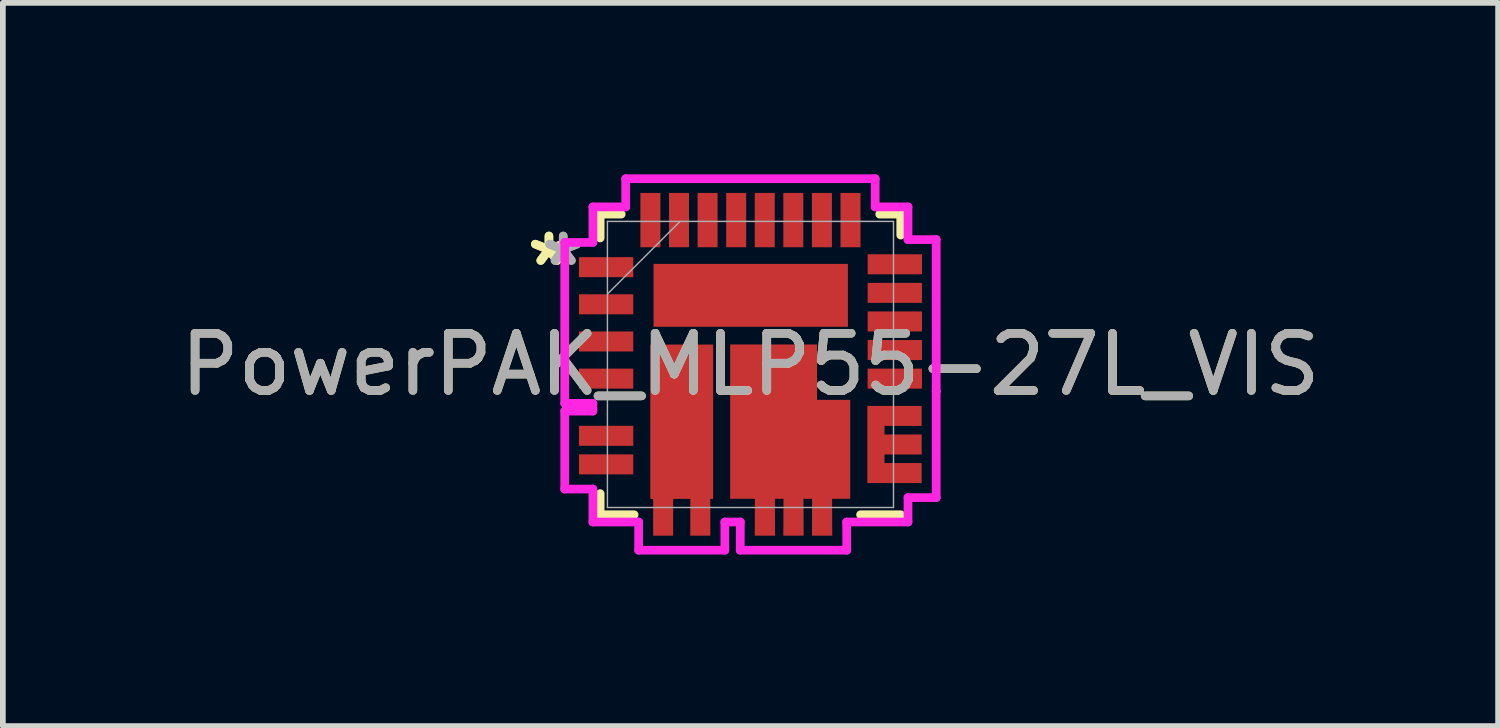
<source format=kicad_pcb>
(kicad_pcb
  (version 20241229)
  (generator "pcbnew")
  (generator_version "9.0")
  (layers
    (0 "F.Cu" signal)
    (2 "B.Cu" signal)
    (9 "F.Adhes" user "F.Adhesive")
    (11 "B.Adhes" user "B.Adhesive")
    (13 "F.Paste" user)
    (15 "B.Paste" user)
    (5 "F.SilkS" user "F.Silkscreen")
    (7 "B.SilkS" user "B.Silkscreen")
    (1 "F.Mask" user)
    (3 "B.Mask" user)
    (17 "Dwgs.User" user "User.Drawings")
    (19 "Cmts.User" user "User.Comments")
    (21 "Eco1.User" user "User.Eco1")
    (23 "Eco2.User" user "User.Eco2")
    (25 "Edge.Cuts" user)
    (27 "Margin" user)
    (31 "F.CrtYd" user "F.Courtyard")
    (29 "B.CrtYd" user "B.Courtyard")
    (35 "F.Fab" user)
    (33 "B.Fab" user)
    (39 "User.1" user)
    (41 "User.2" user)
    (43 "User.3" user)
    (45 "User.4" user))
  (footprint "PowerPAK_MLP55-27L_VIS"
    (layer "F.Cu")
    (at 10.077 3.325)
    (property "Reference" "PowerPAK_MLP55-27L_VIS" (at 0 0 0) (unlocked yes) (layer "F.SilkS") (effects (font (size 1 1) (thickness 0.15))))
    (attr smd)
    (fp_poly (pts (xy -1.752 -0.348) (xy -0.652 -0.348) (xy -0.652 2.352) (xy -0.702 2.352) (xy -0.702 2.995) (xy -1.052 2.995) (xy -1.052 2.352) (xy -1.352 2.352) (xy -1.352 2.995) (xy -1.702 2.995) (xy -1.702 2.352) (xy -1.752 2.352)) (stroke (width 0) (type solid)) (fill yes) (layer "F.Cu"))
    (fp_poly (pts (xy 2.045 0.725) (xy 2.995 0.725) (xy 2.995 1.075) (xy 2.345 1.075) (xy 2.345 1.225) (xy 2.995 1.225) (xy 2.995 1.575) (xy 2.345 1.575) (xy 2.345 1.725) (xy 2.995 1.725) (xy 2.995 2.075) (xy 2.045 2.075)) (stroke (width 0) (type solid)) (fill yes) (layer "F.Cu"))
    (fp_poly (pts (xy 0.078 2.35) (xy -0.355 2.35) (xy -0.355 -0.35) (xy 1.165 -0.35) (xy 1.165 0.62) (xy 1.745 0.62) (xy 1.745 2.35) (xy 1.428 2.35) (xy 1.431 2.995) (xy 1.076 2.995) (xy 1.078 2.35) (xy 0.928 2.35) (xy 0.931 2.995) (xy 0.575 2.995) (xy 0.578 2.35) (xy 0.428 2.35) (xy 0.431 2.995) (xy 0.075 2.995)) (stroke (width 0) (type solid)) (fill yes) (layer "F.Cu"))
    (fp_poly (pts (xy -1.752 -0.348) (xy -0.652 -0.348) (xy -0.652 2.352) (xy -0.702 2.352) (xy -0.702 2.995) (xy -1.052 2.995) (xy -1.052 2.352) (xy -1.352 2.352) (xy -1.352 2.995) (xy -1.702 2.995) (xy -1.702 2.352) (xy -1.752 2.352)) (stroke (width 0) (type solid)) (fill yes) (layer "F.Mask"))
    (fp_poly (pts (xy 2.045 0.725) (xy 2.995 0.725) (xy 2.995 1.075) (xy 2.345 1.075) (xy 2.345 1.225) (xy 2.995 1.225) (xy 2.995 1.575) (xy 2.345 1.575) (xy 2.345 1.725) (xy 2.995 1.725) (xy 2.995 2.075) (xy 2.045 2.075)) (stroke (width 0) (type solid)) (fill yes) (layer "F.Mask"))
    (fp_poly (pts (xy 0.078 2.35) (xy -0.355 2.35) (xy -0.355 -0.35) (xy 1.165 -0.35) (xy 1.165 0.62) (xy 1.745 0.62) (xy 1.745 2.35) (xy 1.428 2.35) (xy 1.431 2.995) (xy 1.076 2.995) (xy 1.078 2.35) (xy 0.928 2.35) (xy 0.931 2.995) (xy 0.575 2.995) (xy 0.578 2.35) (xy 0.428 2.35) (xy 0.431 2.995) (xy 0.075 2.995)) (stroke (width 0) (type solid)) (fill yes) (layer "F.Mask"))
    (fp_line (start -2.629 -2.629) (end -2.629 -2.213) (stroke (width 0.152) (type solid)) (layer "F.SilkS"))
    (fp_line (start -2.629 2.259) (end -2.629 2.629) (stroke (width 0.152) (type solid)) (layer "F.SilkS"))
    (fp_line (start -2.629 2.629) (end -2.035 2.629) (stroke (width 0.152) (type solid)) (layer "F.SilkS"))
    (fp_line (start -2.261 -2.629) (end -2.629 -2.629) (stroke (width 0.152) (type solid)) (layer "F.SilkS"))
    (fp_line (start 1.926 2.629) (end 2.629 2.629) (stroke (width 0.152) (type solid)) (layer "F.SilkS"))
    (fp_line (start 2.629 -2.629) (end 2.261 -2.629) (stroke (width 0.152) (type solid)) (layer "F.SilkS"))
    (fp_line (start 2.629 -2.263) (end 2.629 -2.629) (stroke (width 0.152) (type solid)) (layer "F.SilkS"))
    (fp_poly (pts (xy -1.752 -0.348) (xy -0.652 -0.348) (xy -0.652 2.352) (xy -0.702 2.352) (xy -0.702 2.995) (xy -1.052 2.995) (xy -1.052 2.352) (xy -1.352 2.352) (xy -1.352 2.995) (xy -1.702 2.995) (xy -1.702 2.352) (xy -1.752 2.352)) (stroke (width 0) (type solid)) (fill yes) (layer "F.Paste"))
    (fp_poly (pts (xy 2.045 0.725) (xy 2.995 0.725) (xy 2.995 1.075) (xy 2.345 1.075) (xy 2.345 1.225) (xy 2.995 1.225) (xy 2.995 1.575) (xy 2.345 1.575) (xy 2.345 1.725) (xy 2.995 1.725) (xy 2.995 2.075) (xy 2.045 2.075)) (stroke (width 0) (type solid)) (fill yes) (layer "F.Paste"))
    (fp_poly (pts (xy 0.078 2.35) (xy -0.355 2.35) (xy -0.355 -0.35) (xy 1.165 -0.35) (xy 1.165 0.62) (xy 1.745 0.62) (xy 1.745 2.35) (xy 1.428 2.35) (xy 1.431 2.995) (xy 1.076 2.995) (xy 1.078 2.35) (xy 0.928 2.35) (xy 0.931 2.995) (xy 0.575 2.995) (xy 0.578 2.35) (xy 0.428 2.35) (xy 0.431 2.995) (xy 0.075 2.995)) (stroke (width 0) (type solid)) (fill yes) (layer "F.Paste"))
    (fp_line (start -3.249 -2.134) (end -3.249 0.68) (stroke (width 0.152) (type solid)) (layer "F.CrtYd"))
    (fp_line (start -3.249 0.68) (end -2.756 0.68) (stroke (width 0.152) (type solid)) (layer "F.CrtYd"))
    (fp_line (start -3.249 0.816) (end -3.249 2.18) (stroke (width 0.152) (type solid)) (layer "F.CrtYd"))
    (fp_line (start -3.249 2.18) (end -2.756 2.18) (stroke (width 0.152) (type solid)) (layer "F.CrtYd"))
    (fp_line (start -2.756 -2.756) (end -2.756 -2.134) (stroke (width 0.152) (type solid)) (layer "F.CrtYd"))
    (fp_line (start -2.756 -2.134) (end -3.249 -2.134) (stroke (width 0.152) (type solid)) (layer "F.CrtYd"))
    (fp_line (start -2.756 0.68) (end -2.756 0.816) (stroke (width 0.152) (type solid)) (layer "F.CrtYd"))
    (fp_line (start -2.756 0.816) (end -3.249 0.816) (stroke (width 0.152) (type solid)) (layer "F.CrtYd"))
    (fp_line (start -2.756 2.18) (end -2.756 2.756) (stroke (width 0.152) (type solid)) (layer "F.CrtYd"))
    (fp_line (start -2.756 2.756) (end -1.956 2.756) (stroke (width 0.152) (type solid)) (layer "F.CrtYd"))
    (fp_line (start -2.182 -3.249) (end -2.182 -2.756) (stroke (width 0.152) (type solid)) (layer "F.CrtYd"))
    (fp_line (start -2.182 -2.756) (end -2.756 -2.756) (stroke (width 0.152) (type solid)) (layer "F.CrtYd"))
    (fp_line (start -1.956 2.756) (end -1.956 3.249) (stroke (width 0.152) (type solid)) (layer "F.CrtYd"))
    (fp_line (start -1.956 3.249) (end -0.448 3.249) (stroke (width 0.152) (type solid)) (layer "F.CrtYd"))
    (fp_line (start -0.448 2.756) (end -0.177 2.756) (stroke (width 0.152) (type solid)) (layer "F.CrtYd"))
    (fp_line (start -0.448 3.249) (end -0.448 2.756) (stroke (width 0.152) (type solid)) (layer "F.CrtYd"))
    (fp_line (start -0.179 3.249) (end 1.685 3.249) (stroke (width 0.152) (type solid)) (layer "F.CrtYd"))
    (fp_line (start -0.177 2.756) (end -0.179 3.249) (stroke (width 0.152) (type solid)) (layer "F.CrtYd"))
    (fp_line (start 1.683 2.756) (end 2.756 2.756) (stroke (width 0.152) (type solid)) (layer "F.CrtYd"))
    (fp_line (start 1.685 3.249) (end 1.683 2.756) (stroke (width 0.152) (type solid)) (layer "F.CrtYd"))
    (fp_line (start 2.182 -3.249) (end -2.182 -3.249) (stroke (width 0.152) (type solid)) (layer "F.CrtYd"))
    (fp_line (start 2.182 -2.756) (end 2.182 -3.249) (stroke (width 0.152) (type solid)) (layer "F.CrtYd"))
    (fp_line (start 2.756 -2.756) (end 2.182 -2.756) (stroke (width 0.152) (type solid)) (layer "F.CrtYd"))
    (fp_line (start 2.756 -2.184) (end 2.756 -2.756) (stroke (width 0.152) (type solid)) (layer "F.CrtYd"))
    (fp_line (start 2.756 2.329) (end 3.249 2.329) (stroke (width 0.152) (type solid)) (layer "F.CrtYd"))
    (fp_line (start 2.756 2.756) (end 2.756 2.329) (stroke (width 0.152) (type solid)) (layer "F.CrtYd"))
    (fp_line (start 3.249 0.471) (end 3.249 0.471) (stroke (width 0.152) (type solid)) (layer "F.CrtYd"))
    (fp_line (start 3.249 2.329) (end 3.249 0.471) (stroke (width 0.152) (type solid)) (layer "F.CrtYd"))
    (fp_line (start 3.249 -2.184) (end 2.756 -2.184) (stroke (width 0.152) (type solid)) (layer "F.CrtYd"))
    (fp_line (start 3.249 0.471) (end 3.249 -2.184) (stroke (width 0.152) (type solid)) (layer "F.CrtYd"))
    (fp_line (start -2.502 -2.502) (end -2.502 2.502) (stroke (width 0.025) (type solid)) (layer "F.Fab"))
    (fp_line (start -2.502 -1.232) (end -1.232 -2.502) (stroke (width 0.025) (type solid)) (layer "F.Fab"))
    (fp_line (start -2.502 2.502) (end 2.502 2.502) (stroke (width 0.025) (type solid)) (layer "F.Fab"))
    (fp_line (start 2.502 -2.502) (end -2.502 -2.502) (stroke (width 0.025) (type solid)) (layer "F.Fab"))
    (fp_line (start 2.502 2.502) (end 2.502 -2.502) (stroke (width 0.025) (type solid)) (layer "F.Fab"))
    (fp_text user "*" (at -3.525 -1.702 0) (unlocked yes) (layer "F.SilkS") (effects (font (size 1 1) (thickness 0.15))))
    (fp_text user "*" (at -3.525 -1.702 0) (layer "F.SilkS") (effects (font (size 1 1) (thickness 0.15))))
    (fp_text user "*" (at -3.275 -1.702 0) (unlocked yes) (layer "F.Fab") (effects (font (size 1 1) (thickness 0.15))))
    (fp_text user "*" (at -3.275 -1.702 0) (layer "F.Fab") (effects (font (size 1 1) (thickness 0.15))))
    (fp_text user "${REFERENCE}" (at 0 0 0) (unlocked yes) (layer "F.Fab") (effects (font (size 1 1) (thickness 0.15))))
    (pad "1" smd rect (at -2.525 -1.702) (size 0.95 0.35) (layers "F.Cu" "F.Mask" "F.Paste"))
    (pad "2" smd rect (at -2.525 -1.052) (size 0.95 0.35) (layers "F.Cu" "F.Mask" "F.Paste"))
    (pad "3" smd rect (at -2.525 -0.402) (size 0.95 0.35) (layers "F.Cu" "F.Mask" "F.Paste"))
    (pad "4" smd rect (at -2.525 0.248) (size 0.95 0.35) (layers "F.Cu" "F.Mask" "F.Paste"))
    (pad "5" smd rect (at -2.525 1.248) (size 0.95 0.35) (layers "F.Cu" "F.Mask" "F.Paste"))
    (pad "6" smd rect (at -2.525 1.748) (size 0.95 0.35) (layers "F.Cu" "F.Mask" "F.Paste"))
    (pad "7" smd rect (at -1.527 2.525 90) (size 0.127 0.127) (layers "F.Cu" "F.Mask" "F.Paste"))
    (pad "8" smd rect (at -0.877 2.525 90) (size 0.127 0.127) (layers "F.Cu" "F.Mask" "F.Paste"))
    (pad "9" smd rect (at 0.253 2.525 90) (size 0.127 0.127) (layers "F.Cu" "F.Mask" "F.Paste"))
    (pad "10" smd rect (at 0.753 2.525 90) (size 0.127 0.127) (layers "F.Cu" "F.Mask" "F.Paste"))
    (pad "11" smd rect (at 1.253 2.525 90) (size 0.127 0.127) (layers "F.Cu" "F.Mask" "F.Paste"))
    (pad "12" smd rect (at 2.676 1.9) (size 0.127 0.127) (layers "F.Cu" "F.Mask" "F.Paste"))
    (pad "13" smd rect (at 2.676 1.4) (size 0.127 0.127) (layers "F.Cu" "F.Mask" "F.Paste"))
    (pad "14" smd rect (at 2.676 0.9) (size 0.127 0.127) (layers "F.Cu" "F.Mask" "F.Paste"))
    (pad "15" smd rect (at 2.525 0.248) (size 0.95 0.35) (layers "F.Cu" "F.Mask" "F.Paste"))
    (pad "16" smd rect (at 2.525 -0.252) (size 0.95 0.35) (layers "F.Cu" "F.Mask" "F.Paste"))
    (pad "17" smd rect (at 2.525 -0.752) (size 0.95 0.35) (layers "F.Cu" "F.Mask" "F.Paste"))
    (pad "18" smd rect (at 2.525 -1.252) (size 0.95 0.35) (layers "F.Cu" "F.Mask" "F.Paste"))
    (pad "19" smd rect (at 2.525 -1.752) (size 0.95 0.35) (layers "F.Cu" "F.Mask" "F.Paste"))
    (pad "20" smd rect (at 1.75 -2.525 90) (size 0.95 0.35) (layers "F.Cu" "F.Mask" "F.Paste"))
    (pad "21" smd rect (at 1.25 -2.525 90) (size 0.95 0.35) (layers "F.Cu" "F.Mask" "F.Paste"))
    (pad "22" smd rect (at 0.75 -2.525 90) (size 0.95 0.35) (layers "F.Cu" "F.Mask" "F.Paste"))
    (pad "23" smd rect (at 0.25 -2.525 90) (size 0.95 0.35) (layers "F.Cu" "F.Mask" "F.Paste"))
    (pad "24" smd rect (at -0.25 -2.525 90) (size 0.95 0.35) (layers "F.Cu" "F.Mask" "F.Paste"))
    (pad "25" smd rect (at -0.75 -2.525 90) (size 0.95 0.35) (layers "F.Cu" "F.Mask" "F.Paste"))
    (pad "26" smd rect (at -1.25 -2.525 90) (size 0.95 0.35) (layers "F.Cu" "F.Mask" "F.Paste"))
    (pad "27" smd rect (at -1.75 -2.525 90) (size 0.95 0.35) (layers "F.Cu" "F.Mask" "F.Paste"))
    (pad "28" smd rect (at 0.005 -1.209) (size 3.4 1.1) (layers "F.Cu" "F.Mask" "F.Paste"))
    (pad "29" smd rect (at -1.202 1.09) (size 0.127 0.127) (layers "F.Cu" "F.Mask" "F.Paste"))
    (pad "30" smd rect (at 0.753 1.09) (size 0.127 0.127) (layers "F.Cu" "F.Mask" "F.Paste")))
  (gr_rect
    (start -3 -3)
    (end 23.155 9.65)
    (stroke (width 0.1) (type default))
    (fill no)
    (layer "Edge.Cuts")))
</source>
